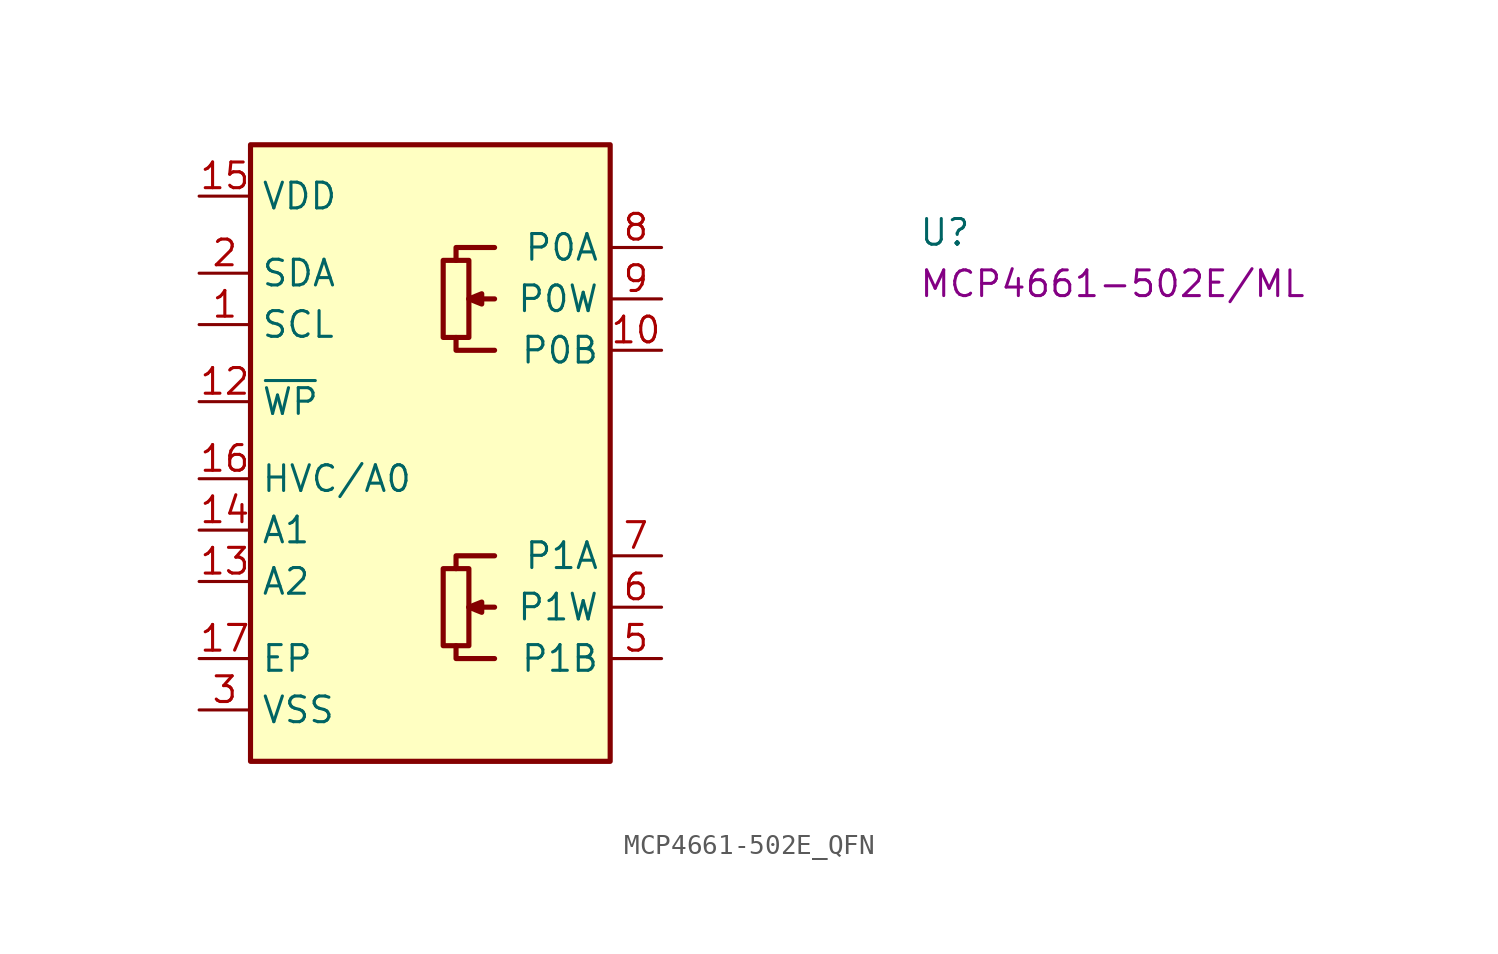
<source format=kicad_sym>
(kicad_symbol_lib
  (version 20220914)
  (generator kicad_symbol_editor)
  (symbol "MCP4661-502E_QFN"
    (property "Reference" "U"
      (at 35.56 -2.54 0)
      (effects (font (size 1.27 1.27) (thickness 0.15)) (justify left bottom)))
    (property "MPN" "MCP4661-502E/ML"
      (at 35.56 -5.08 0)
      (effects (font (size 1.27 1.27) (thickness 0.15)) (justify left bottom)))
    (symbol "MCP4661-502E_QFN_1_1"
      (polyline (pts (xy 14.605 -20.32) (xy 13.335 -20.32)) (stroke (width 0.254) (type default)) (fill (type background)))
      (polyline (pts (xy 14.605 -5.08) (xy 13.335 -5.08)) (stroke (width 0.254) (type default)) (fill (type background)))
      (polyline (pts (xy 12.7 -22.225) (xy 12.7 -22.86) (xy 14.605 -22.86)) (stroke (width 0.254) (type default)) (fill (type background)))
      (polyline (pts (xy 12.7 -6.985) (xy 12.7 -7.62) (xy 14.605 -7.62)) (stroke (width 0.254) (type default)) (fill (type background)))
      (polyline (pts (xy 14.605 -17.78) (xy 12.7 -17.78) (xy 12.7 -18.415)) (stroke (width 0.254) (type default)) (fill (type background)))
      (polyline (pts (xy 14.605 -2.54) (xy 12.7 -2.54) (xy 12.7 -3.175)) (stroke (width 0.254) (type default)) (fill (type background)))
      (polyline (pts (xy 13.335 -20.32) (xy 13.97 -20.066) (xy 13.97 -20.574) (xy 13.335 -20.32)) (stroke (width 0.254) (type default)) (fill (type background)))
      (polyline (pts (xy 13.335 -5.08) (xy 13.97 -4.826) (xy 13.97 -5.334) (xy 13.335 -5.08)) (stroke (width 0.254) (type default)) (fill (type background)))
      (rectangle (start 2.54 2.54) (end 20.32 -27.94) (stroke (width 0.254) (type default)) (fill (type background)))
      (rectangle (start 13.335 -18.415) (end 12.065 -22.225) (stroke (width 0.254) (type default)) (fill (type background)))
      (rectangle (start 13.335 -3.175) (end 12.065 -6.985) (stroke (width 0.254) (type default)) (fill (type background)))
      (pin input line (at 0 -6.35 0) (length 2.54) (name "SCL" (effects (font (size 1.27 1.27)))) (number "1" (effects (font (size 1.27 1.27)))))
      (pin passive line (at 22.86 -7.62 180) (length 2.54) (name "P0B" (effects (font (size 1.27 1.27)))) (number "10" (effects (font (size 1.27 1.27)))))
      (pin no_connect line (at 20.32 -12.7 180) (length 2.54) hide (name "NC" (effects (font (size 1.27 1.27)))) (number "11" (effects (font (size 1.27 1.27)))))
      (pin input line (at 0 -10.16 0) (length 2.54) (name "~{WP}" (effects (font (size 1.27 1.27)))) (number "12" (effects (font (size 1.27 1.27)))))
      (pin input line (at 0 -19.05 0) (length 2.54) (name "A2" (effects (font (size 1.27 1.27)))) (number "13" (effects (font (size 1.27 1.27)))))
      (pin input line (at 0 -16.51 0) (length 2.54) (name "A1" (effects (font (size 1.27 1.27)))) (number "14" (effects (font (size 1.27 1.27)))))
      (pin power_in line (at 0 0 0) (length 2.54) (name "VDD" (effects (font (size 1.27 1.27)))) (number "15" (effects (font (size 1.27 1.27)))))
      (pin input line (at 0 -13.97 0) (length 2.54) (name "HVC/A0" (effects (font (size 1.27 1.27)))) (number "16" (effects (font (size 1.27 1.27)))))
      (pin power_in line (at 0 -22.86 0) (length 2.54) (name "EP" (effects (font (size 1.27 1.27)))) (number "17" (effects (font (size 1.27 1.27)))))
      (pin bidirectional line (at 0 -3.81 0) (length 2.54) (name "SDA" (effects (font (size 1.27 1.27)))) (number "2" (effects (font (size 1.27 1.27)))))
      (pin power_in line (at 0 -25.4 0) (length 2.54) (name "VSS" (effects (font (size 1.27 1.27)))) (number "3" (effects (font (size 1.27 1.27)))))
      (pin passive line (at 0 -25.4 0) (length 2.54) hide (name "VSS" (effects (font (size 1.27 1.27)))) (number "4" (effects (font (size 1.27 1.27)))))
      (pin passive line (at 22.86 -22.86 180) (length 2.54) (name "P1B" (effects (font (size 1.27 1.27)))) (number "5" (effects (font (size 1.27 1.27)))))
      (pin passive line (at 22.86 -20.32 180) (length 2.54) (name "P1W" (effects (font (size 1.27 1.27)))) (number "6" (effects (font (size 1.27 1.27)))))
      (pin passive line (at 22.86 -17.78 180) (length 2.54) (name "P1A" (effects (font (size 1.27 1.27)))) (number "7" (effects (font (size 1.27 1.27)))))
      (pin passive line (at 22.86 -2.54 180) (length 2.54) (name "P0A" (effects (font (size 1.27 1.27)))) (number "8" (effects (font (size 1.27 1.27)))))
      (pin passive line (at 22.86 -5.08 180) (length 2.54) (name "P0W" (effects (font (size 1.27 1.27)))) (number "9" (effects (font (size 1.27 1.27))))))))
</source>
